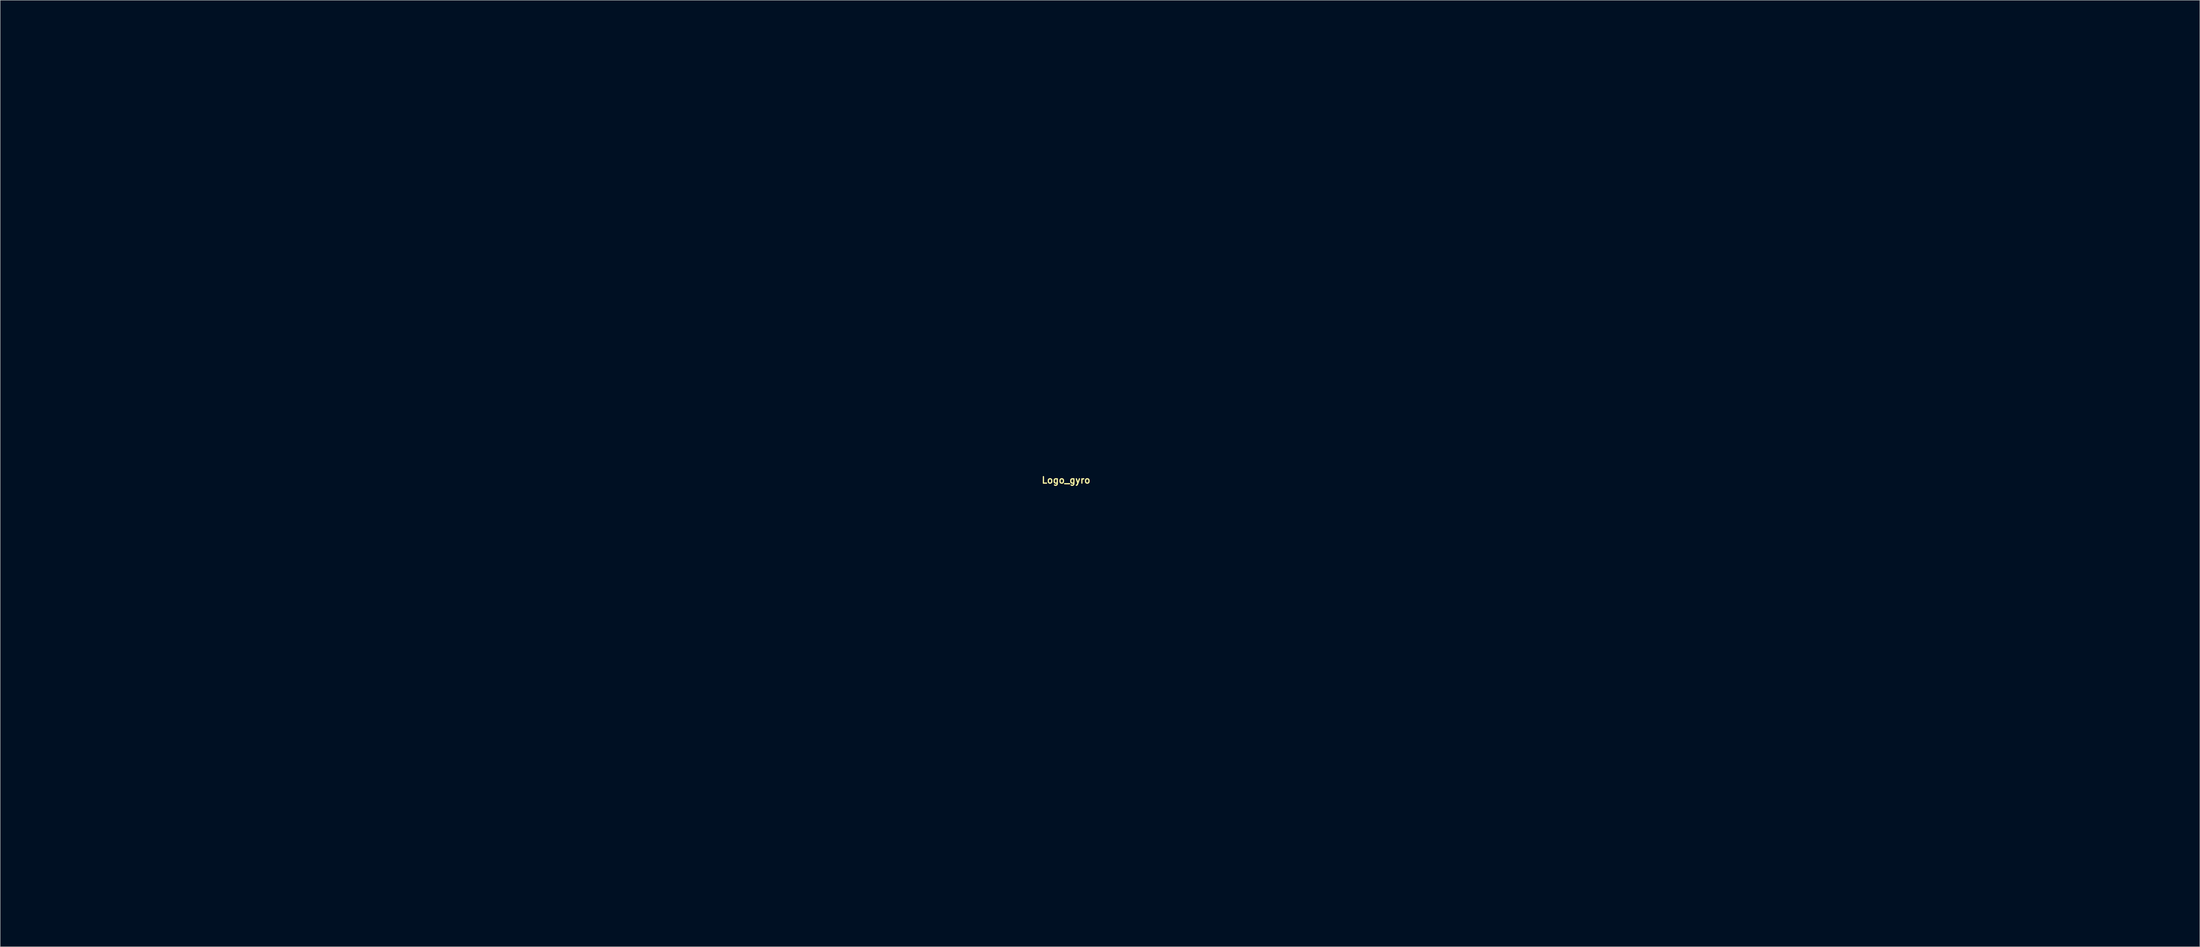
<source format=kicad_pcb>
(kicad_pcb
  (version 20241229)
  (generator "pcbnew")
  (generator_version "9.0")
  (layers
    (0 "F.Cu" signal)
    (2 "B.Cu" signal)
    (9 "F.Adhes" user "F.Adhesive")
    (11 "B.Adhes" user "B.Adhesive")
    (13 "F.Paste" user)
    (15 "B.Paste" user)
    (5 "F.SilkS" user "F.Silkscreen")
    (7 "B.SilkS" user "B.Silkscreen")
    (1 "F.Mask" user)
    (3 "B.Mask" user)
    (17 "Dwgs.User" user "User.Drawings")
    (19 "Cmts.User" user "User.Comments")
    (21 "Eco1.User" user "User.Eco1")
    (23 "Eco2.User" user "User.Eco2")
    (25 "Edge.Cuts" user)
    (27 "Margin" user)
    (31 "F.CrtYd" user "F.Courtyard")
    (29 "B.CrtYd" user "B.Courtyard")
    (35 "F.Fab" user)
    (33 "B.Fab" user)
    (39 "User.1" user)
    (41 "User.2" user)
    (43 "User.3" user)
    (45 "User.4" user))
  (footprint "Logo_gyro"
    (layer "F.Cu")
    (at 248.449 110.336)
    (property "Reference" "Logo_gyro" (at 0 0 0) (layer "F.SilkS") (effects (font (size 1.524 1.524) (thickness 0.3))))
    (attr through_hole)
    (fp_poly (pts (xy 33.39 -109.51) (xy 34.233 -108.802) (xy 34.703 -107.551) (xy 34.899 -105.362) (xy 34.925 -103.339) (xy 34.925 -97.991) (xy 28.575 -91.678) (xy 22.225 -85.365) (xy 22.225 -75.968) (xy 22.158 -72.129) (xy 21.975 -68.767) (xy 21.705 -66.261) (xy 21.403 -65.035) (xy 20.002 -63.88) (xy 17.923 -63.501) (xy 15.906 -63.97) (xy 15.24 -64.453) (xy 14.75 -65.819) (xy 14.435 -68.763) (xy 14.295 -73.283) (xy 14.287 -74.918) (xy 14.287 -84.431) (xy 0.794 -98.221) (xy 0.794 -103.04) (xy 0.885 -105.869) (xy 1.249 -107.59) (xy 2.027 -108.678) (xy 2.558 -109.096) (xy 5.058 -110.166) (xy 7.181 -109.798) (xy 8.723 -108.134) (xy 9.481 -105.313) (xy 9.525 -104.289) (xy 9.671 -102.481) (xy 10.276 -100.931) (xy 11.595 -99.2) (xy 13.717 -97.009) (xy 17.909 -92.869) (xy 22.448 -97.456) (xy 24.789 -99.928) (xy 26.169 -101.744) (xy 26.823 -103.292) (xy 26.988 -104.94) (xy 27.509 -107.887) (xy 28.936 -109.699) (xy 31.066 -110.232) (xy 33.39 -109.51)) (stroke (width 0.01) (type solid)) (fill no) (layer "Eco2.User"))
    (fp_poly (pts (xy -108.937 8.906) (xy -105.569 9.441) (xy -104.14 9.961) (xy -102.025 11.369) (xy -99.964 13.294) (xy -98.367 15.29) (xy -97.64 16.913) (xy -97.631 17.06) (xy -97.076 18.232) (xy -96.746 18.419) (xy -96.276 19.338) (xy -95.893 21.598) (xy -95.634 24.954) (xy -95.598 25.798) (xy -95.52 29.413) (xy -95.66 31.973) (xy -96.099 34.007) (xy -96.921 36.042) (xy -97.329 36.88) (xy -99.458 40.594) (xy -101.743 43.185) (xy -104.515 44.833) (xy -108.104 45.721) (xy -112.84 46.029) (xy -114.003 46.038) (xy -121.664 46.038) (xy -121.237 41.329) (xy -120.924 38.656) (xy -120.554 36.598) (xy -120.286 35.773) (xy -119.274 35.33) (xy -117.16 35.023) (xy -114.773 34.925) (xy -111.162 34.659) (xy -108.79 33.709) (xy -107.377 31.847) (xy -106.64 28.844) (xy -106.569 28.27) (xy -106.508 25.511) (xy -107.209 23.382) (xy -107.908 22.285) (xy -108.974 20.953) (xy -110.098 20.221) (xy -111.778 19.911) (xy -114.512 19.844) (xy -114.751 19.844) (xy -119.856 19.844) (xy -119.856 16.768) (xy -119.993 13.974) (xy -120.324 11.36) (xy -120.352 11.212) (xy -120.848 8.731) (xy -113.727 8.731) (xy -108.937 8.906)) (stroke (width 0.01) (type solid)) (fill no) (layer "Eco2.User"))
    (fp_poly (pts (xy 22.596 -46.389) (xy 27.322 -44.751) (xy 31.247 -42.082) (xy 32.147 -41.165) (xy 33.187 -40.002) (xy 34.048 -38.956) (xy 34.745 -37.87) (xy 35.298 -36.589) (xy 35.721 -34.957) (xy 36.033 -32.817) (xy 36.25 -30.015) (xy 36.389 -26.394) (xy 36.469 -21.798) (xy 36.504 -16.072) (xy 36.513 -9.06) (xy 36.513 -1.217) (xy 36.513 32.514) (xy 34.33 33.074) (xy 32.132 33.441) (xy 29.351 33.663) (xy 28.575 33.685) (xy 25.003 33.734) (xy 24.664 -33.734) (xy 22.06 -34.808) (xy 19.482 -35.39) (xy 16.409 -35.431) (xy 13.51 -34.978) (xy 11.451 -34.081) (xy 11.391 -34.033) (xy 11.121 -33.545) (xy 10.899 -32.484) (xy 10.719 -30.722) (xy 10.578 -28.128) (xy 10.472 -24.574) (xy 10.398 -19.931) (xy 10.35 -14.069) (xy 10.325 -6.859) (xy 10.319 0.494) (xy 10.319 34.131) (xy 7.739 34.046) (xy 5.244 33.808) (xy 2.358 33.327) (xy 1.786 33.206) (xy -1.587 32.45) (xy -1.569 0.152) (xy -1.547 -6.983) (xy -1.493 -13.726) (xy -1.411 -19.887) (xy -1.305 -25.277) (xy -1.179 -29.709) (xy -1.036 -32.993) (xy -0.881 -34.942) (xy -0.828 -35.26) (xy 0.467 -38.866) (xy 2.643 -41.661) (xy 6.009 -44.01) (xy 7.18 -44.623) (xy 12.167 -46.375) (xy 17.425 -46.947) (xy 22.596 -46.389)) (stroke (width 0.01) (type solid)) (fill no) (layer "Eco2.User"))
    (fp_poly (pts (xy 4.637 81.871) (xy 7.294 82.157) (xy 7.838 82.252) (xy 9.298 82.645) (xy 10.036 83.364) (xy 10.302 84.867) (xy 10.344 86.816) (xy 10.63 90.129) (xy 11.588 92.298) (xy 13.44 93.701) (xy 14.684 94.204) (xy 17.018 94.603) (xy 19.846 94.192) (xy 20.836 93.922) (xy 24.606 92.821) (xy 24.606 87.778) (xy 24.689 85.014) (xy 25.132 83.264) (xy 26.232 82.294) (xy 28.282 81.873) (xy 31.577 81.77) (xy 32.241 81.767) (xy 34.634 81.81) (xy 35.891 82.144) (xy 36.462 83.048) (xy 36.763 84.579) (xy 36.946 86.903) (xy 36.884 89.591) (xy 36.627 92.179) (xy 36.224 94.207) (xy 35.726 95.212) (xy 35.608 95.25) (xy 34.976 95.881) (xy 34.925 96.264) (xy 34.374 97.541) (xy 32.996 99.347) (xy 31.205 101.219) (xy 29.416 102.694) (xy 28.862 103.034) (xy 26.477 104.015) (xy 23.408 104.866) (xy 19.995 105.546) (xy 16.579 106.013) (xy 13.501 106.228) (xy 11.1 106.148) (xy 9.719 105.732) (xy 9.517 105.37) (xy 8.845 104.472) (xy 7.173 103.425) (xy 6.469 103.102) (xy 4.015 101.615) (xy 1.699 99.508) (xy 1.217 98.927) (xy 0.116 97.302) (xy -0.593 95.624) (xy -1.031 93.434) (xy -1.317 90.272) (xy -1.401 88.892) (xy -1.808 81.756) (xy 1.775 81.756) (xy 4.637 81.871)) (stroke (width 0.01) (type solid)) (fill no) (layer "Eco2.User"))
    (fp_poly (pts (xy 195.396 -110.308) (xy 199.693 -110.181) (xy 202.793 -109.868) (xy 204.891 -109.284) (xy 206.183 -108.346) (xy 206.863 -106.97) (xy 207.126 -105.071) (xy 207.169 -102.833) (xy 207.169 -98.509) (xy 194.072 -85.529) (xy 190.356 -81.823) (xy 187.05 -78.482) (xy 184.311 -75.668) (xy 182.296 -73.545) (xy 181.165 -72.275) (xy 180.975 -71.993) (xy 181.722 -71.797) (xy 183.778 -71.631) (xy 186.863 -71.509) (xy 190.698 -71.444) (xy 192.484 -71.438) (xy 197.04 -71.419) (xy 200.283 -71.343) (xy 202.49 -71.175) (xy 203.936 -70.881) (xy 204.896 -70.429) (xy 205.581 -69.85) (xy 206.914 -68.13) (xy 206.986 -66.5) (xy 206.347 -65.035) (xy 205.975 -64.511) (xy 205.357 -64.122) (xy 204.275 -63.847) (xy 202.516 -63.668) (xy 199.863 -63.563) (xy 196.1 -63.514) (xy 191.013 -63.5) (xy 189.706 -63.5) (xy 184.301 -63.509) (xy 180.268 -63.549) (xy 177.392 -63.639) (xy 175.456 -63.801) (xy 174.245 -64.053) (xy 173.544 -64.416) (xy 173.136 -64.909) (xy 173.065 -65.035) (xy 172.61 -66.661) (xy 172.311 -69.21) (xy 172.244 -71.149) (xy 172.244 -75.728) (xy 185.43 -88.863) (xy 198.617 -101.997) (xy 186.422 -102.208) (xy 181.646 -102.314) (xy 178.214 -102.459) (xy 175.884 -102.672) (xy 174.412 -102.982) (xy 173.556 -103.416) (xy 173.236 -103.748) (xy 172.321 -105.724) (xy 172.844 -107.571) (xy 173.831 -108.744) (xy 174.505 -109.312) (xy 175.382 -109.726) (xy 176.701 -110.011) (xy 178.705 -110.189) (xy 181.633 -110.286) (xy 185.728 -110.325) (xy 189.706 -110.331) (xy 195.396 -110.308)) (stroke (width 0.01) (type solid)) (fill no) (layer "Eco2.User"))
    (fp_poly (pts (xy -185.16 8.736) (xy -180.976 8.817) (xy -177.802 8.988) (xy -175.496 9.277) (xy -173.911 9.713) (xy -172.905 10.326) (xy -172.334 11.145) (xy -172.052 12.199) (xy -171.916 13.519) (xy -171.782 15.132) (xy -171.738 15.537) (xy -171.234 19.826) (xy -203.204 20.033) (xy -211.291 20.092) (xy -217.931 20.158) (xy -223.264 20.238) (xy -227.431 20.337) (xy -230.57 20.461) (xy -232.824 20.616) (xy -234.331 20.809) (xy -235.233 21.045) (xy -235.669 21.33) (xy -235.733 21.431) (xy -236.538 23.077) (xy -237.208 24.397) (xy -238.063 27.037) (xy -237.586 29.569) (xy -237.208 30.372) (xy -236.259 32.252) (xy -235.733 33.337) (xy -235.412 33.642) (xy -234.668 33.894) (xy -233.36 34.101) (xy -231.345 34.267) (xy -228.484 34.401) (xy -224.634 34.507) (xy -219.654 34.591) (xy -213.402 34.661) (xy -205.739 34.722) (xy -203.681 34.736) (xy -195.346 34.802) (xy -188.484 34.884) (xy -182.98 34.985) (xy -178.721 35.111) (xy -175.59 35.264) (xy -173.475 35.451) (xy -172.261 35.674) (xy -171.836 35.926) (xy -171.808 37.201) (xy -172.109 39.441) (xy -172.478 41.275) (xy -173.471 45.641) (xy -205.6 45.837) (xy -237.728 46.033) (xy -241.032 44.047) (xy -244.527 41.045) (xy -246.929 36.92) (xy -248.216 31.721) (xy -248.444 27.916) (xy -248.316 24.498) (xy -247.98 21.255) (xy -247.521 18.933) (xy -246.152 16.085) (xy -243.944 13.186) (xy -241.37 10.771) (xy -239.173 9.471) (xy -237.96 9.306) (xy -235.333 9.154) (xy -231.467 9.02) (xy -226.536 8.907) (xy -220.715 8.819) (xy -214.176 8.759) (xy -207.096 8.732) (xy -205.218 8.731) (xy -197.137 8.722) (xy -190.499 8.714) (xy -185.16 8.736)) (stroke (width 0.01) (type solid)) (fill no) (layer "Eco2.User"))
    (fp_poly (pts (xy 189.574 3.592) (xy 193.265 3.679) (xy 195.945 3.987) (xy 198.19 4.63) (xy 200.572 5.717) (xy 200.616 5.74) (xy 206.136 9.351) (xy 210.415 13.789) (xy 213.417 18.857) (xy 215.108 24.357) (xy 215.451 30.095) (xy 214.413 35.872) (xy 211.958 41.493) (xy 208.05 46.761) (xy 207.963 46.855) (xy 204.538 49.867) (xy 200.455 52.095) (xy 195.659 53.692) (xy 192.562 54.419) (xy 190.127 54.638) (xy 187.619 54.341) (xy 184.547 53.588) (xy 181.757 52.783) (xy 179.248 51.981) (xy 178.404 51.678) (xy 176.055 50.246) (xy 173.343 47.775) (xy 170.615 44.646) (xy 168.219 41.24) (xy 167.127 39.306) (xy 166.053 37.019) (xy 165.427 35.052) (xy 165.158 32.857) (xy 165.153 29.891) (xy 165.166 29.506) (xy 176.288 29.506) (xy 177.233 33.514) (xy 179.565 37.246) (xy 180.28 38.012) (xy 184.078 40.832) (xy 188.267 42.122) (xy 192.79 41.877) (xy 197.589 40.088) (xy 197.644 40.059) (xy 200.667 37.644) (xy 202.861 34.233) (xy 203.934 30.327) (xy 203.994 29.189) (xy 203.698 26.624) (xy 202.952 23.782) (xy 201.965 21.345) (xy 201.216 20.215) (xy 197.482 17.354) (xy 193.204 15.729) (xy 188.76 15.431) (xy 185.129 16.29) (xy 181.15 18.614) (xy 178.309 21.777) (xy 176.667 25.501) (xy 176.288 29.506) (xy 165.166 29.506) (xy 165.218 28.009) (xy 165.513 23.817) (xy 166.07 20.719) (xy 166.985 18.227) (xy 167.245 17.71) (xy 168.525 15.728) (xy 170.378 13.389) (xy 172.491 11.028) (xy 174.548 8.979) (xy 176.237 7.577) (xy 177.154 7.144) (xy 178.205 6.709) (xy 179.896 5.636) (xy 180.28 5.358) (xy 181.714 4.462) (xy 183.329 3.925) (xy 185.567 3.663) (xy 188.871 3.591) (xy 189.574 3.592)) (stroke (width 0.01) (type solid)) (fill no) (layer "Eco2.User"))
    (fp_poly (pts (xy -155.965 -109.652) (xy -154.47 -108.039) (xy -153.988 -106.439) (xy -154.405 -105.274) (xy -155.547 -103.094) (xy -157.245 -100.196) (xy -159.33 -96.88) (xy -159.624 -96.429) (xy -161.769 -93.125) (xy -163.594 -90.262) (xy -164.922 -88.122) (xy -165.576 -86.986) (xy -165.604 -86.922) (xy -165.375 -85.751) (xy -164.343 -84.18) (xy -164.333 -84.168) (xy -163.195 -82.676) (xy -162.719 -81.694) (xy -162.719 -81.691) (xy -162.232 -80.655) (xy -161.717 -80.027) (xy -160.828 -78.887) (xy -159.372 -76.808) (xy -157.63 -74.193) (xy -157.219 -73.561) (xy -155.463 -70.728) (xy -154.505 -68.799) (xy -154.206 -67.394) (xy -154.426 -66.133) (xy -154.465 -66.02) (xy -155.785 -64.187) (xy -157.763 -63.514) (xy -159.951 -64.023) (xy -161.825 -65.639) (xy -163.16 -67.396) (xy -164.144 -68.653) (xy -164.19 -68.709) (xy -165.073 -70.024) (xy -165.905 -71.487) (xy -166.827 -73.056) (xy -167.42 -73.819) (xy -168.148 -74.704) (xy -169.266 -76.337) (xy -169.399 -76.544) (xy -170.883 -78.871) (xy -172.357 -76.94) (xy -173.643 -75.273) (xy -174.517 -74.166) (xy -175.403 -72.847) (xy -176.213 -71.438) (xy -177.232 -69.695) (xy -177.916 -68.709) (xy -178.853 -67.517) (xy -180.174 -65.781) (xy -180.248 -65.683) (xy -182.148 -64.054) (xy -184.324 -63.46) (xy -186.28 -63.947) (xy -187.297 -65.035) (xy -187.974 -66.75) (xy -188.121 -67.615) (xy -187.697 -68.627) (xy -186.532 -70.669) (xy -184.794 -73.466) (xy -182.648 -76.744) (xy -182.089 -77.575) (xy -176.054 -86.49) (xy -180.697 -93.626) (xy -183.439 -97.852) (xy -185.42 -100.968) (xy -186.751 -103.192) (xy -187.545 -104.74) (xy -187.911 -105.828) (xy -187.962 -106.675) (xy -187.807 -107.497) (xy -187.802 -107.516) (xy -186.624 -109.357) (xy -184.553 -110.175) (xy -182.651 -109.962) (xy -181.629 -109.134) (xy -180.003 -107.252) (xy -178.009 -104.608) (xy -176.174 -101.939) (xy -174.165 -99.013) (xy -172.443 -96.728) (xy -171.199 -95.324) (xy -170.638 -95.019) (xy -169.982 -95.921) (xy -168.679 -97.825) (xy -166.954 -100.405) (xy -165.902 -101.997) (xy -163.475 -105.585) (xy -161.641 -108.004) (xy -160.2 -109.463) (xy -158.951 -110.169) (xy -157.861 -110.331) (xy -155.965 -109.652)) (stroke (width 0.01) (type solid)) (fill no) (layer "Eco2.User"))
    (fp_poly (pts (xy 97.216 26.475) (xy 97.62 26.933) (xy 97.631 27.071) (xy 97.301 28.227) (xy 96.444 30.352) (xy 95.261 33.017) (xy 93.953 35.794) (xy 92.719 38.253) (xy 91.76 39.965) (xy 91.369 40.481) (xy 90.784 41.373) (xy 89.739 43.325) (xy 88.424 45.949) (xy 87.023 48.855) (xy 85.724 51.653) (xy 84.714 53.953) (xy 84.178 55.367) (xy 84.138 55.576) (xy 83.674 56.338) (xy 83.542 56.358) (xy 82.929 57.023) (xy 81.919 58.756) (xy 80.854 60.922) (xy 79.581 63.696) (xy 78.445 66.167) (xy 77.846 67.469) (xy 76.12 70.986) (xy 74.768 73.107) (xy 73.649 73.936) (xy 72.62 73.58) (xy 71.539 72.141) (xy 71.537 72.139) (xy 70.339 70.199) (xy 69.403 68.821) (xy 69.276 68.659) (xy 68.528 67.47) (xy 67.501 65.501) (xy 67.223 64.923) (xy 66.192 62.965) (xy 65.326 61.709) (xy 65.153 61.556) (xy 64.191 61.641) (xy 62.017 62.163) (xy 58.922 63.044) (xy 55.194 64.205) (xy 53.784 64.665) (xy 49.352 66.115) (xy 45.835 67.193) (xy 42.816 67.981) (xy 39.879 68.563) (xy 36.609 69.019) (xy 32.589 69.433) (xy 27.405 69.887) (xy 27.384 69.889) (xy 17.931 70.397) (xy 9.136 70.198) (xy 0.507 69.237) (xy -8.447 67.46) (xy -17.859 64.922) (xy -26.05 62.371) (xy -32.785 60.001) (xy -38.172 57.733) (xy -42.321 55.49) (xy -45.343 53.195) (xy -47.346 50.77) (xy -48.441 48.137) (xy -48.736 45.22) (xy -48.565 43.223) (xy -48.037 40.729) (xy -47.059 38.959) (xy -45.217 37.241) (xy -44.582 36.748) (xy -40.758 34.653) (xy -36.837 34.141) (xy -32.788 35.21) (xy -31.858 35.667) (xy -24.834 38.96) (xy -17.108 41.825) (xy -10.319 43.756) (xy -7.865 44.4) (xy -6.111 44.972) (xy -5.556 45.256) (xy -4.247 45.887) (xy -1.605 46.468) (xy 2.118 46.973) (xy 6.666 47.374) (xy 11.787 47.645) (xy 17.227 47.759) (xy 18.173 47.761) (xy 24.638 47.644) (xy 30.291 47.321) (xy 34.951 46.812) (xy 38.435 46.14) (xy 40.56 45.325) (xy 40.838 45.118) (xy 42.284 44.489) (xy 42.701 44.45) (xy 44.039 44.239) (xy 46.314 43.694) (xy 48.155 43.186) (xy 50.568 42.438) (xy 51.698 41.871) (xy 51.802 41.268) (xy 51.254 40.544) (xy 50.267 39.129) (xy 50.006 38.333) (xy 49.456 37.188) (xy 48.758 36.464) (xy 47.764 35.296) (xy 46.585 33.464) (xy 45.489 31.463) (xy 44.747 29.785) (xy 44.63 28.924) (xy 44.63 28.924) (xy 45.471 28.81) (xy 47.676 28.646) (xy 51.026 28.444) (xy 55.297 28.218) (xy 60.27 27.979) (xy 63.934 27.816) (xy 69.786 27.556) (xy 75.579 27.282) (xy 80.969 27.012) (xy 85.611 26.764) (xy 89.162 26.554) (xy 90.289 26.479) (xy 93.818 26.27) (xy 96.038 26.261) (xy 97.216 26.475)) (stroke (width 0.01) (type solid)) (fill no) (layer "Eco2.User"))
    (fp_poly (pts (xy -165.973 -40.286) (xy -162.081 -38.124) (xy -158.403 -34.551) (xy -157.973 -34.014) (xy -156.046 -31.571) (xy -154.325 -29.421) (xy -153.29 -28.161) (xy -150.974 -25.144) (xy -148.512 -21.497) (xy -146.337 -17.887) (xy -145.176 -15.65) (xy -144.091 -13.36) (xy -143.196 -11.549) (xy -142.967 -11.113) (xy -140.979 -6.967) (xy -139.096 -2.136) (xy -137.582 2.652) (xy -136.813 5.953) (xy -136.482 7.764) (xy -136.029 10.208) (xy -135.934 10.716) (xy -135.701 12.863) (xy -135.533 16.217) (xy -135.43 20.399) (xy -135.392 25.028) (xy -135.419 29.725) (xy -135.51 34.11) (xy -135.665 37.805) (xy -135.885 40.43) (xy -135.95 40.878) (xy -136.407 43.666) (xy -136.814 46.282) (xy -136.853 46.54) (xy -137.422 48.982) (xy -138.331 51.677) (xy -138.46 51.995) (xy -139.254 54.132) (xy -139.678 55.734) (xy -139.7 55.976) (xy -140.024 57.032) (xy -140.882 59.139) (xy -142.103 61.926) (xy -143.514 65.02) (xy -144.945 68.051) (xy -146.223 70.646) (xy -147.177 72.435) (xy -147.577 73.025) (xy -148.237 73.953) (xy -149.156 75.593) (xy -149.801 77.153) (xy -149.545 78.272) (xy -148.221 79.669) (xy -148.21 79.679) (xy -146.623 81.042) (xy -145.48 81.837) (xy -145.4 81.873) (xy -144.148 82.664) (xy -142.462 84.105) (xy -140.713 85.821) (xy -139.269 87.439) (xy -138.503 88.585) (xy -138.48 88.852) (xy -139.418 89.439) (xy -141.413 90.251) (xy -143.472 90.935) (xy -146.042 91.787) (xy -148.006 92.564) (xy -148.788 92.993) (xy -150.181 93.576) (xy -150.982 93.662) (xy -152.938 94.033) (xy -153.8 94.39) (xy -155.432 95.181) (xy -157.609 96.099) (xy -160.542 97.222) (xy -164.441 98.631) (xy -169.519 100.403) (xy -173.037 101.613) (xy -177.176 103.063) (xy -180.755 104.381) (xy -183.516 105.466) (xy -185.202 106.218) (xy -185.605 106.491) (xy -186.511 107.036) (xy -187.479 107.156) (xy -188.494 106.978) (xy -188.789 106.151) (xy -188.512 104.239) (xy -188.501 104.18) (xy -188.119 101.91) (xy -187.945 100.191) (xy -187.944 100.013) (xy -187.746 98.431) (xy -187.24 96.389) (xy -186.761 94.421) (xy -186.106 91.192) (xy -185.328 87.007) (xy -184.482 82.175) (xy -183.622 77.004) (xy -182.801 71.802) (xy -182.159 67.469) (xy -181.442 62.623) (xy -180.858 59.146) (xy -180.354 56.832) (xy -179.881 55.473) (xy -179.388 54.863) (xy -179.034 54.769) (xy -177.882 55.298) (xy -175.799 56.781) (xy -172.989 59.06) (xy -169.654 61.98) (xy -169.528 62.094) (xy -168.415 62.943) (xy -167.652 62.711) (xy -166.712 61.304) (xy -163.237 54.441) (xy -160.281 46.501) (xy -158.74 41.045) (xy -157.622 34.709) (xy -157.137 27.645) (xy -157.286 20.467) (xy -158.067 13.788) (xy -158.778 10.503) (xy -161.48 2.596) (xy -165.352 -5.433) (xy -170.106 -13.076) (xy -175.456 -19.827) (xy -176.747 -21.206) (xy -179.47 -24.886) (xy -180.801 -28.718) (xy -180.732 -32.471) (xy -179.254 -35.915) (xy -177.402 -37.995) (xy -173.787 -40.253) (xy -169.926 -41.006) (xy -165.973 -40.286)) (stroke (width 0.01) (type solid)) (fill no) (layer "Eco2.User"))
    (fp_poly (pts (xy 200.301 -44.141) (xy 207.963 -42.724) (xy 211.47 -41.773) (xy 215.504 -40.415) (xy 219.654 -38.818) (xy 223.509 -37.148) (xy 226.658 -35.575) (xy 228.691 -34.265) (xy 228.692 -34.264) (xy 229.895 -33.321) (xy 231.906 -31.806) (xy 233.859 -30.363) (xy 237.11 -27.833) (xy 240.48 -24.96) (xy 243.621 -22.064) (xy 246.187 -19.467) (xy 247.829 -17.488) (xy 247.847 -17.462) (xy 249.096 -15.643) (xy 250.772 -13.239) (xy 251.675 -11.956) (xy 253.284 -9.484) (xy 255.075 -6.428) (xy 256.861 -3.148) (xy 258.454 -0.008) (xy 259.664 2.63) (xy 260.305 4.405) (xy 260.36 4.763) (xy 260.618 6.224) (xy 261.249 8.435) (xy 261.509 9.213) (xy 262.358 12.255) (xy 262.967 15.493) (xy 263.024 15.96) (xy 263.326 18.745) (xy 263.698 22.182) (xy 263.939 24.408) (xy 264.475 29.369) (xy 253.97 29.369) (xy 254.474 31.552) (xy 254.936 33.42) (xy 255.659 36.213) (xy 256.478 39.291) (xy 257.408 43) (xy 258.391 47.32) (xy 259.189 51.197) (xy 259.846 54.392) (xy 260.496 57.133) (xy 261.018 58.92) (xy 261.103 59.134) (xy 261.776 61.085) (xy 262.502 63.807) (xy 263.126 66.627) (xy 263.488 68.875) (xy 263.525 69.461) (xy 263.446 70.112) (xy 263.011 70.397) (xy 261.926 70.289) (xy 259.895 69.763) (xy 256.891 68.873) (xy 253.829 67.952) (xy 250.579 71.878) (xy 248.563 74.168) (xy 245.808 77.104) (xy 242.651 80.35) (xy 239.426 83.568) (xy 236.468 86.419) (xy 234.114 88.567) (xy 233.43 89.141) (xy 231.765 90.227) (xy 229.03 91.744) (xy 225.614 93.501) (xy 221.909 95.307) (xy 218.304 96.971) (xy 215.19 98.304) (xy 213.122 99.063) (xy 205.493 100.878) (xy 197.064 101.948) (xy 188.403 102.246) (xy 180.079 101.747) (xy 174.228 100.799) (xy 166.768 98.874) (xy 160.19 96.465) (xy 153.802 93.287) (xy 149.451 90.693) (xy 146.528 88.587) (xy 143.132 85.709) (xy 139.496 82.307) (xy 135.855 78.628) (xy 132.442 74.92) (xy 129.492 71.428) (xy 127.239 68.402) (xy 125.917 66.087) (xy 125.767 65.677) (xy 124.898 63.703) (xy 124.239 62.706) (xy 123.397 61.226) (xy 122.282 58.649) (xy 121.053 55.408) (xy 119.866 51.932) (xy 118.881 48.655) (xy 118.423 46.831) (xy 116.94 39.045) (xy 116.216 32.192) (xy 116.216 27.161) (xy 138.487 27.161) (xy 138.635 32.557) (xy 139.289 37.636) (xy 140.095 40.878) (xy 140.962 43.704) (xy 141.901 46.901) (xy 142.163 47.823) (xy 142.877 49.995) (xy 143.525 51.358) (xy 143.789 51.594) (xy 144.444 52.249) (xy 144.893 53.287) (xy 146.104 55.719) (xy 148.267 58.798) (xy 151.08 62.192) (xy 154.243 65.572) (xy 157.454 68.61) (xy 160.413 70.975) (xy 161.925 71.925) (xy 163.811 73.026) (xy 165.021 73.889) (xy 165.153 74.028) (xy 166.05 74.524) (xy 168.116 75.387) (xy 171.017 76.482) (xy 173.488 77.358) (xy 177.625 78.704) (xy 180.952 79.534) (xy 184.113 79.966) (xy 187.755 80.119) (xy 188.516 80.126) (xy 192.545 80.01) (xy 196.726 79.665) (xy 200.268 79.161) (xy 200.819 79.049) (xy 209.371 76.594) (xy 216.753 73.164) (xy 223.1 68.688) (xy 226.774 65.139) (xy 228.565 63.113) (xy 229.377 61.872) (xy 229.359 61.084) (xy 228.805 60.523) (xy 227.059 59.683) (xy 226.132 59.531) (xy 223.823 59.151) (xy 222.455 58.156) (xy 222.25 57.462) (xy 222.733 56.462) (xy 223.09 56.356) (xy 223.904 55.826) (xy 225.645 54.356) (xy 228.116 52.124) (xy 231.117 49.309) (xy 234.004 46.525) (xy 237.601 43.017) (xy 241.107 39.603) (xy 244.238 36.559) (xy 246.711 34.16) (xy 247.879 33.031) (xy 251.68 29.369) (xy 246.991 29.369) (xy 242.301 29.369) (xy 241.809 26.392) (xy 241.471 23.789) (xy 241.31 21.471) (xy 241.309 21.323) (xy 240.89 18.293) (xy 239.775 14.374) (xy 238.148 10) (xy 236.192 5.606) (xy 234.09 1.624) (xy 232.025 -1.511) (xy 231.297 -2.381) (xy 225.385 -8.377) (xy 219.748 -13.083) (xy 214.068 -16.681) (xy 208.021 -19.353) (xy 201.288 -21.281) (xy 196.135 -22.261) (xy 189.431 -22.687) (xy 181.944 -21.918) (xy 174.329 -20.166) (xy 171.55 -19.165) (xy 168.181 -17.641) (xy 164.702 -15.844) (xy 161.591 -14.027) (xy 159.328 -12.442) (xy 158.852 -12.017) (xy 157.254 -10.55) (xy 155.567 -9.128) (xy 153.505 -7.224) (xy 151.149 -4.678) (xy 148.8 -1.862) (xy 146.758 0.852) (xy 145.321 3.091) (xy 144.827 4.213) (xy 144.241 5.768) (xy 143.671 6.35) (xy 143.12 7.04) (xy 142.604 8.721) (xy 142.562 8.93) (xy 141.836 11.529) (xy 140.944 13.672) (xy 139.656 17.259) (xy 138.833 21.908) (xy 138.487 27.161) (xy 116.216 27.161) (xy 116.216 25.827) (xy 116.609 21.596) (xy 117.417 16.567) (xy 118.541 11.325) (xy 119.89 6.176) (xy 121.367 1.428) (xy 122.88 -2.612) (xy 124.335 -5.639) (xy 125.412 -7.144) (xy 126.128 -8.091) (xy 126.603 -8.823) (xy 131.116 -15.472) (xy 135.928 -21.197) (xy 138.706 -24.011) (xy 141.134 -26.301) (xy 143.146 -28.103) (xy 144.467 -29.175) (xy 144.815 -29.369) (xy 145.809 -29.838) (xy 146.476 -30.361) (xy 148.563 -32.161) (xy 149.872 -33.074) (xy 150.746 -33.337) (xy 150.779 -33.338) (xy 151.577 -33.85) (xy 151.606 -34.031) (xy 152.294 -34.732) (xy 154.131 -35.826) (xy 156.78 -37.152) (xy 159.901 -38.549) (xy 163.158 -39.857) (xy 165.894 -40.816) (xy 169.818 -42.04) (xy 172.878 -42.889) (xy 175.711 -43.507) (xy 178.953 -44.035) (xy 182.364 -44.502) (xy 190.88 -44.944) (xy 200.301 -44.141)) (stroke (width 0.01) (type solid)) (fill no) (layer "Eco2.User")))
  (gr_rect
    (start -3 -3)
    (end 515.928 220.498)
    (stroke (width 0.1) (type default))
    (fill no)
    (layer "Edge.Cuts")))
</source>
